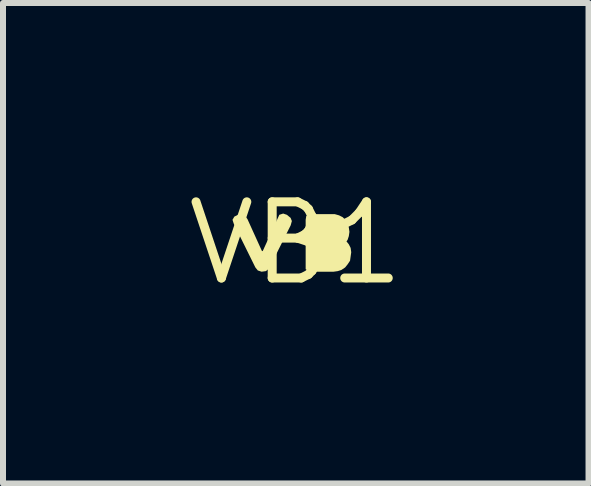
<source format=kicad_pcb>
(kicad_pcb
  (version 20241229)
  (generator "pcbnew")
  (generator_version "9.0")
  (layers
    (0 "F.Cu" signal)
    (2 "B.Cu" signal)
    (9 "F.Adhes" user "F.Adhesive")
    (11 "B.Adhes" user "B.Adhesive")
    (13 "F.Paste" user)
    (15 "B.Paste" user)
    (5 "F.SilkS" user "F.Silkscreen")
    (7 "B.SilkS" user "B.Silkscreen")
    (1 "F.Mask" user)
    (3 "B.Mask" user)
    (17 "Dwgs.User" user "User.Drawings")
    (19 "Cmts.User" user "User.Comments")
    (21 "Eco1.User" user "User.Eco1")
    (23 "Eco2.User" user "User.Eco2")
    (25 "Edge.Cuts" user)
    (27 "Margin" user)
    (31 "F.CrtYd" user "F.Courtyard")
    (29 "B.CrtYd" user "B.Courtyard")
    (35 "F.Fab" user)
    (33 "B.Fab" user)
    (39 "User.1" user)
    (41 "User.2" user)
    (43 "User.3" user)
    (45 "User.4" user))
  (footprint "VB1"
    (layer "F.Cu")
    (at 1.882 1.006)
    (property "Reference" "VB1" (at 0 0 0) (layer "F.SilkS") (effects (font (size 1.27 1.27) (thickness 0.15))))
    (fp_poly (pts (xy -0.836 -0.443) (xy -0.806 -0.403) (xy -0.566 0.126) (xy -0.552 0.133) (xy -0.274 -0.474) (xy -0.21 -0.495) (xy -0.148 -0.474) (xy -0.086 -0.423) (xy -0.065 -0.37) (xy -0.085 -0.298) (xy -0.446 0.423) (xy -0.498 0.465) (xy -0.57 0.475) (xy -0.633 0.454) (xy -0.674 0.403) (xy -1.035 -0.328) (xy -1.055 -0.391) (xy -1.024 -0.444) (xy -0.942 -0.485) (xy -0.878 -0.495)) (stroke (width 0) (type default)) (fill yes) (layer "F.SilkS"))
    (fp_poly (pts (xy 0.722 -0.465) (xy 0.783 -0.434) (xy 0.834 -0.383) (xy 0.865 -0.322) (xy 0.885 -0.261) (xy 0.895 -0.19) (xy 0.885 -0.119) (xy 0.865 -0.058) (xy 0.846 -0.03) (xy 0.884 0.017) (xy 0.915 0.078) (xy 0.925 0.15) (xy 0.915 0.221) (xy 0.905 0.292) (xy 0.864 0.353) (xy 0.823 0.404) (xy 0.762 0.445) (xy 0.701 0.465) (xy 0.63 0.475) (xy 0.29 0.475) (xy 0.208 0.465) (xy 0.165 0.432) (xy 0.165 -0.39) (xy 0.175 -0.453) (xy 0.229 -0.485) (xy 0.651 -0.485)) (stroke (width 0) (type default)) (fill yes) (layer "F.SilkS")))
  (gr_rect
    (start -3 -3)
    (end 6.764 5.012)
    (stroke (width 0.1) (type default))
    (fill no)
    (layer "Edge.Cuts")))
</source>
